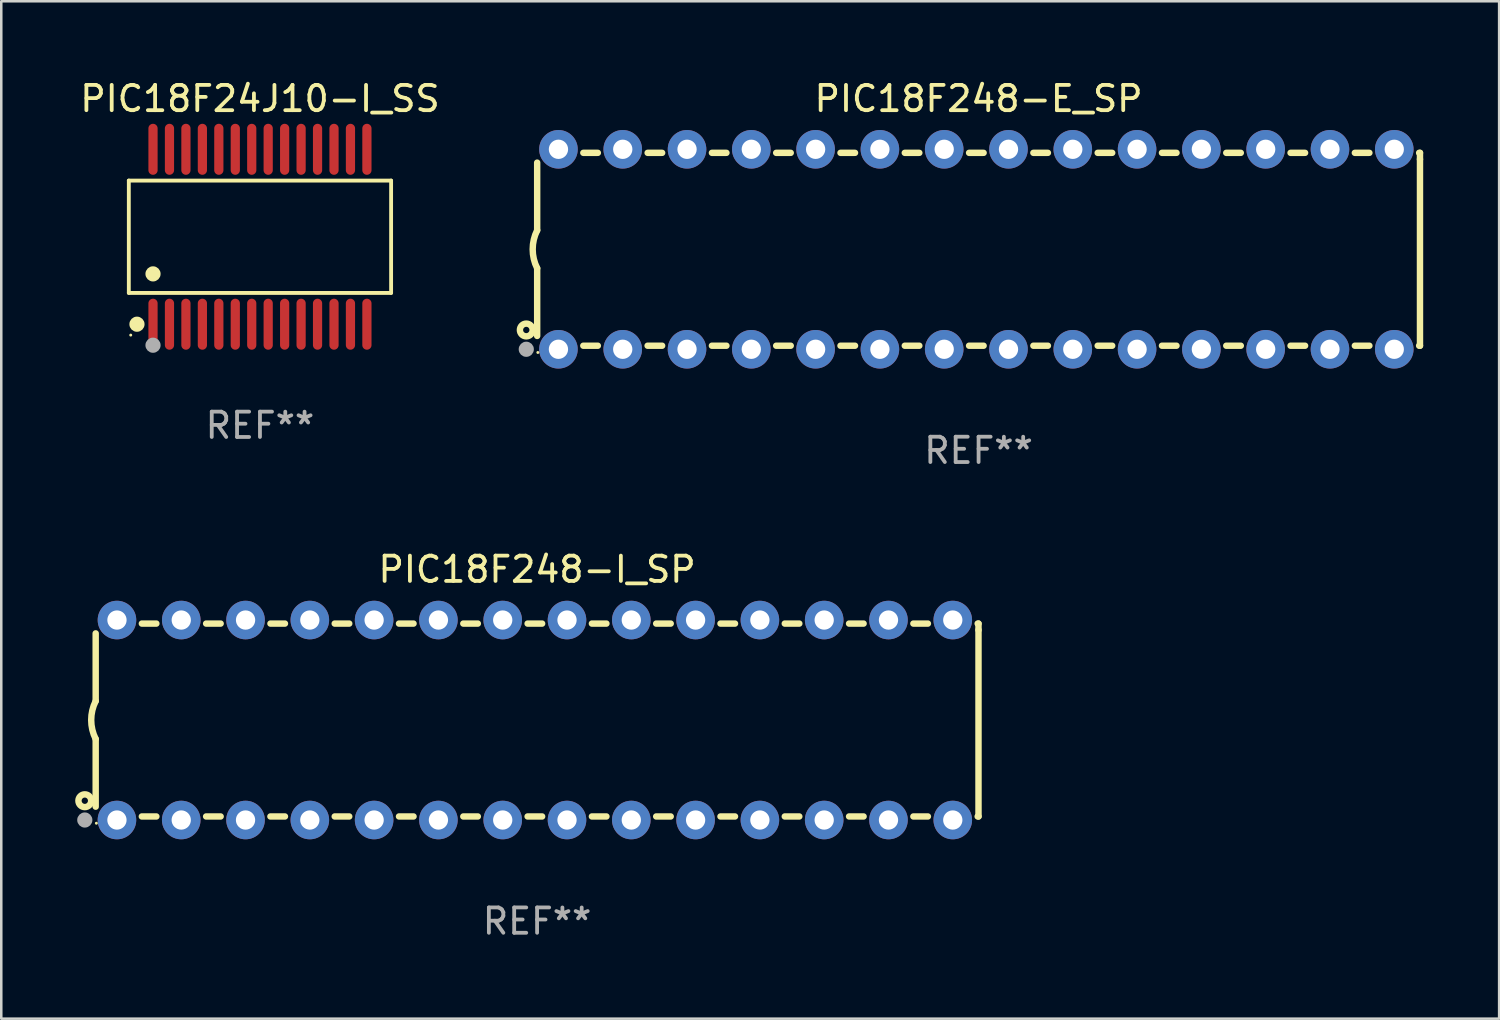
<source format=kicad_pcb>
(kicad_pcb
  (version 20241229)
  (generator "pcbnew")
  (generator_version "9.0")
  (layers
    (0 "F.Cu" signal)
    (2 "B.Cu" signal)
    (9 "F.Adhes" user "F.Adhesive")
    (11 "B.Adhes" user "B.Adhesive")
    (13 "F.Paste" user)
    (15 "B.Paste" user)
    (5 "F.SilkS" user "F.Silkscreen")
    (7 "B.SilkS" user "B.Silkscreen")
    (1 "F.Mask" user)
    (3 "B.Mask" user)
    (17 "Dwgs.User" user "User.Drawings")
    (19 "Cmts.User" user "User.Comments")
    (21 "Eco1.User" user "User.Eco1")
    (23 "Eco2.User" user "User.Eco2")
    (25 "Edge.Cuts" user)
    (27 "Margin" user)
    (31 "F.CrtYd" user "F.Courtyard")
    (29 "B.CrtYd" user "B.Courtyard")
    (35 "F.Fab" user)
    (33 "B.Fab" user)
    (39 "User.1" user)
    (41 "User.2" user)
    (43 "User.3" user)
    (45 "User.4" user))
  (footprint "PIC18F24J10-I_SS"
    (layer "F.Cu")
    (at 7.22 6.303)
    (property "Reference" "PIC18F24J10-I_SS" (at 0 -5.455 0) (layer "F.SilkS") (effects (font (size 1 1) (thickness 0.15))))
    (attr through_hole)
    (fp_line (start -5.181 -2.219) (end 5.181 -2.219) (stroke (width 0.152) (type solid)) (layer "F.SilkS"))
    (fp_line (start -5.181 2.219) (end -5.181 -2.219) (stroke (width 0.152) (type solid)) (layer "F.SilkS"))
    (fp_line (start 5.181 -2.219) (end 5.181 2.219) (stroke (width 0.152) (type solid)) (layer "F.SilkS"))
    (fp_line (start 5.181 2.219) (end -5.181 2.219) (stroke (width 0.152) (type solid)) (layer "F.SilkS"))
    (fp_circle (center -5.105 3.885) (end -5.075 3.885) (stroke (width 0.06) (type solid)) (fill no) (layer "F.SilkS"))
    (fp_circle (center -4.859 3.455) (end -4.709 3.455) (stroke (width 0.3) (type solid)) (fill no) (layer "F.SilkS"))
    (fp_circle (center -4.225 1.467) (end -4.075 1.467) (stroke (width 0.3) (type solid)) (fill no) (layer "F.SilkS"))
    (fp_circle (center -4.225 4.285) (end -4.075 4.285) (stroke (width 0.3) (type solid)) (fill no) (layer "F.Fab"))
    (fp_text user "REF**" (at 0 7.455 0) (layer "F.Fab") (effects (font (size 1 1) (thickness 0.15))))
    (pad "1" smd oval (at -4.225 3.455) (size 0.364 2.015) (layers "F.Cu" "F.Mask" "F.Paste"))
    (pad "2" smd oval (at -3.575 3.455) (size 0.364 2.015) (layers "F.Cu" "F.Mask" "F.Paste"))
    (pad "3" smd oval (at -2.925 3.455) (size 0.364 2.015) (layers "F.Cu" "F.Mask" "F.Paste"))
    (pad "4" smd oval (at -2.275 3.455) (size 0.364 2.015) (layers "F.Cu" "F.Mask" "F.Paste"))
    (pad "5" smd oval (at -1.625 3.455) (size 0.364 2.015) (layers "F.Cu" "F.Mask" "F.Paste"))
    (pad "6" smd oval (at -0.975 3.455) (size 0.364 2.015) (layers "F.Cu" "F.Mask" "F.Paste"))
    (pad "7" smd oval (at -0.325 3.455) (size 0.364 2.015) (layers "F.Cu" "F.Mask" "F.Paste"))
    (pad "8" smd oval (at 0.325 3.455) (size 0.364 2.015) (layers "F.Cu" "F.Mask" "F.Paste"))
    (pad "9" smd oval (at 0.975 3.455) (size 0.364 2.015) (layers "F.Cu" "F.Mask" "F.Paste"))
    (pad "10" smd oval (at 1.625 3.455) (size 0.364 2.015) (layers "F.Cu" "F.Mask" "F.Paste"))
    (pad "11" smd oval (at 2.275 3.455) (size 0.364 2.015) (layers "F.Cu" "F.Mask" "F.Paste"))
    (pad "12" smd oval (at 2.925 3.455) (size 0.364 2.015) (layers "F.Cu" "F.Mask" "F.Paste"))
    (pad "13" smd oval (at 3.575 3.455) (size 0.364 2.015) (layers "F.Cu" "F.Mask" "F.Paste"))
    (pad "14" smd oval (at 4.225 3.455) (size 0.364 2.015) (layers "F.Cu" "F.Mask" "F.Paste"))
    (pad "15" smd oval (at 4.225 -3.455) (size 0.364 2.015) (layers "F.Cu" "F.Mask" "F.Paste"))
    (pad "16" smd oval (at 3.575 -3.455) (size 0.364 2.015) (layers "F.Cu" "F.Mask" "F.Paste"))
    (pad "17" smd oval (at 2.925 -3.455) (size 0.364 2.015) (layers "F.Cu" "F.Mask" "F.Paste"))
    (pad "18" smd oval (at 2.275 -3.455) (size 0.364 2.015) (layers "F.Cu" "F.Mask" "F.Paste"))
    (pad "19" smd oval (at 1.625 -3.455) (size 0.364 2.015) (layers "F.Cu" "F.Mask" "F.Paste"))
    (pad "20" smd oval (at 0.975 -3.455) (size 0.364 2.015) (layers "F.Cu" "F.Mask" "F.Paste"))
    (pad "21" smd oval (at 0.325 -3.455) (size 0.364 2.015) (layers "F.Cu" "F.Mask" "F.Paste"))
    (pad "22" smd oval (at -0.325 -3.455) (size 0.364 2.015) (layers "F.Cu" "F.Mask" "F.Paste"))
    (pad "23" smd oval (at -0.975 -3.455) (size 0.364 2.015) (layers "F.Cu" "F.Mask" "F.Paste"))
    (pad "24" smd oval (at -1.625 -3.455) (size 0.364 2.015) (layers "F.Cu" "F.Mask" "F.Paste"))
    (pad "25" smd oval (at -2.275 -3.455) (size 0.364 2.015) (layers "F.Cu" "F.Mask" "F.Paste"))
    (pad "26" smd oval (at -2.925 -3.455) (size 0.364 2.015) (layers "F.Cu" "F.Mask" "F.Paste"))
    (pad "27" smd oval (at -3.575 -3.455) (size 0.364 2.015) (layers "F.Cu" "F.Mask" "F.Paste"))
    (pad "28" smd oval (at -4.225 -3.455) (size 0.364 2.015) (layers "F.Cu" "F.Mask" "F.Paste")))
  (footprint "PIC18F248-I_SP"
    (layer "F.Cu")
    (at 18.168 25.395)
    (property "Reference" "PIC18F248-I_SP" (at 0 -5.95 0) (layer "F.SilkS") (effects (font (size 1 1) (thickness 0.15))))
    (attr through_hole)
    (fp_line (start -17.438 0.75) (end -17.438 3.423) (stroke (width 0.254) (type solid)) (layer "F.SilkS"))
    (fp_line (start -17.438 -3.423) (end -17.438 -0.75) (stroke (width 0.254) (type solid)) (layer "F.SilkS"))
    (fp_line (start -15.615 3.81) (end -15.041 3.81) (stroke (width 0.254) (type solid)) (layer "F.SilkS"))
    (fp_line (start -15.041 -3.81) (end -15.614 -3.81) (stroke (width 0.254) (type solid)) (layer "F.SilkS"))
    (fp_line (start -13.075 3.81) (end -12.501 3.81) (stroke (width 0.254) (type solid)) (layer "F.SilkS"))
    (fp_line (start -12.501 -3.81) (end -13.074 -3.81) (stroke (width 0.254) (type solid)) (layer "F.SilkS"))
    (fp_line (start -10.535 3.81) (end -9.961 3.81) (stroke (width 0.254) (type solid)) (layer "F.SilkS"))
    (fp_line (start -9.961 -3.81) (end -10.534 -3.81) (stroke (width 0.254) (type solid)) (layer "F.SilkS"))
    (fp_line (start -7.995 3.81) (end -7.421 3.81) (stroke (width 0.254) (type solid)) (layer "F.SilkS"))
    (fp_line (start -7.421 -3.81) (end -7.995 -3.81) (stroke (width 0.254) (type solid)) (layer "F.SilkS"))
    (fp_line (start -5.455 3.81) (end -4.881 3.81) (stroke (width 0.254) (type solid)) (layer "F.SilkS"))
    (fp_line (start -4.881 -3.81) (end -5.455 -3.81) (stroke (width 0.254) (type solid)) (layer "F.SilkS"))
    (fp_line (start -2.915 3.81) (end -2.341 3.81) (stroke (width 0.254) (type solid)) (layer "F.SilkS"))
    (fp_line (start -2.341 -3.81) (end -2.915 -3.81) (stroke (width 0.254) (type solid)) (layer "F.SilkS"))
    (fp_line (start -0.375 3.81) (end 0.199 3.81) (stroke (width 0.254) (type solid)) (layer "F.SilkS"))
    (fp_line (start 0.199 -3.81) (end -0.375 -3.81) (stroke (width 0.254) (type solid)) (layer "F.SilkS"))
    (fp_line (start 2.165 3.81) (end 2.739 3.81) (stroke (width 0.254) (type solid)) (layer "F.SilkS"))
    (fp_line (start 2.739 -3.81) (end 2.165 -3.81) (stroke (width 0.254) (type solid)) (layer "F.SilkS"))
    (fp_line (start 4.705 3.81) (end 5.279 3.81) (stroke (width 0.254) (type solid)) (layer "F.SilkS"))
    (fp_line (start 5.279 -3.81) (end 4.705 -3.81) (stroke (width 0.254) (type solid)) (layer "F.SilkS"))
    (fp_line (start 7.245 3.81) (end 7.819 3.81) (stroke (width 0.254) (type solid)) (layer "F.SilkS"))
    (fp_line (start 7.819 -3.81) (end 7.245 -3.81) (stroke (width 0.254) (type solid)) (layer "F.SilkS"))
    (fp_line (start 9.785 3.81) (end 10.359 3.81) (stroke (width 0.254) (type solid)) (layer "F.SilkS"))
    (fp_line (start 10.359 -3.81) (end 9.785 -3.81) (stroke (width 0.254) (type solid)) (layer "F.SilkS"))
    (fp_line (start 12.325 3.81) (end 12.899 3.81) (stroke (width 0.254) (type solid)) (layer "F.SilkS"))
    (fp_line (start 12.899 -3.81) (end 12.325 -3.81) (stroke (width 0.254) (type solid)) (layer "F.SilkS"))
    (fp_line (start 14.865 3.81) (end 15.439 3.81) (stroke (width 0.254) (type solid)) (layer "F.SilkS"))
    (fp_line (start 15.439 -3.81) (end 14.865 -3.81) (stroke (width 0.254) (type solid)) (layer "F.SilkS"))
    (fp_line (start 17.405 3.81) (end 17.438 3.81) (stroke (width 0.254) (type solid)) (layer "F.SilkS"))
    (fp_line (start 17.438 -3.81) (end 17.405 -3.81) (stroke (width 0.254) (type solid)) (layer "F.SilkS"))
    (fp_line (start 17.438 -3.556) (end 17.438 -3.81) (stroke (width 0.254) (type solid)) (layer "F.SilkS"))
    (fp_line (start 17.438 3.81) (end 17.438 -3.556) (stroke (width 0.254) (type solid)) (layer "F.SilkS"))
    (fp_arc (start -17.437986 0.749657) (mid -17.614887 -0.000024) (end -17.437783 -0.749657) (stroke (width 0.254001) (type solid)) (layer "F.SilkS"))
    (fp_circle (center -17.868 3.188) (end -17.743 3.188) (stroke (width 0.254) (type solid)) (fill no) (layer "F.SilkS"))
    (fp_circle (center -17.411 4.077) (end -17.381 4.077) (stroke (width 0.06) (type solid)) (fill no) (layer "F.SilkS"))
    (fp_circle (center -17.868 3.95) (end -17.718 3.95) (stroke (width 0.3) (type solid)) (fill no) (layer "F.Fab"))
    (fp_text user "REF**" (at 0 7.95 0) (layer "F.Fab") (effects (font (size 1 1) (thickness 0.15))))
    (pad "1" thru_hole circle (at -16.598 3.95) (size 1.524 1.524) (drill 0.762) (layers "*.Cu" "*.Mask"))
    (pad "2" thru_hole circle (at -14.058 3.95) (size 1.524 1.524) (drill 0.762) (layers "*.Cu" "*.Mask"))
    (pad "3" thru_hole circle (at -11.518 3.95) (size 1.524 1.524) (drill 0.762) (layers "*.Cu" "*.Mask"))
    (pad "4" thru_hole circle (at -8.978 3.95) (size 1.524 1.524) (drill 0.762) (layers "*.Cu" "*.Mask"))
    (pad "5" thru_hole circle (at -6.438 3.95) (size 1.524 1.524) (drill 0.762) (layers "*.Cu" "*.Mask"))
    (pad "6" thru_hole circle (at -3.898 3.95) (size 1.524 1.524) (drill 0.762) (layers "*.Cu" "*.Mask"))
    (pad "7" thru_hole circle (at -1.358 3.95) (size 1.524 1.524) (drill 0.762) (layers "*.Cu" "*.Mask"))
    (pad "8" thru_hole circle (at 1.182 3.95) (size 1.524 1.524) (drill 0.762) (layers "*.Cu" "*.Mask"))
    (pad "9" thru_hole circle (at 3.722 3.95) (size 1.524 1.524) (drill 0.762) (layers "*.Cu" "*.Mask"))
    (pad "10" thru_hole circle (at 6.262 3.95) (size 1.524 1.524) (drill 0.762) (layers "*.Cu" "*.Mask"))
    (pad "11" thru_hole circle (at 8.802 3.95) (size 1.524 1.524) (drill 0.762) (layers "*.Cu" "*.Mask"))
    (pad "12" thru_hole circle (at 11.342 3.95) (size 1.524 1.524) (drill 0.762) (layers "*.Cu" "*.Mask"))
    (pad "13" thru_hole circle (at 13.882 3.95) (size 1.524 1.524) (drill 0.762) (layers "*.Cu" "*.Mask"))
    (pad "14" thru_hole circle (at 16.422 3.95) (size 1.524 1.524) (drill 0.762) (layers "*.Cu" "*.Mask"))
    (pad "15" thru_hole circle (at 16.422 -3.95) (size 1.524 1.524) (drill 0.762) (layers "*.Cu" "*.Mask"))
    (pad "16" thru_hole circle (at 13.882 -3.95) (size 1.524 1.524) (drill 0.762) (layers "*.Cu" "*.Mask"))
    (pad "17" thru_hole circle (at 11.342 -3.95) (size 1.524 1.524) (drill 0.762) (layers "*.Cu" "*.Mask"))
    (pad "18" thru_hole circle (at 8.802 -3.95) (size 1.524 1.524) (drill 0.762) (layers "*.Cu" "*.Mask"))
    (pad "19" thru_hole circle (at 6.262 -3.95) (size 1.524 1.524) (drill 0.762) (layers "*.Cu" "*.Mask"))
    (pad "20" thru_hole circle (at 3.722 -3.95) (size 1.524 1.524) (drill 0.762) (layers "*.Cu" "*.Mask"))
    (pad "21" thru_hole circle (at 1.182 -3.95) (size 1.524 1.524) (drill 0.762) (layers "*.Cu" "*.Mask"))
    (pad "22" thru_hole circle (at -1.358 -3.95) (size 1.524 1.524) (drill 0.762) (layers "*.Cu" "*.Mask"))
    (pad "23" thru_hole circle (at -3.898 -3.95) (size 1.524 1.524) (drill 0.762) (layers "*.Cu" "*.Mask"))
    (pad "24" thru_hole circle (at -6.438 -3.95) (size 1.524 1.524) (drill 0.762) (layers "*.Cu" "*.Mask"))
    (pad "25" thru_hole circle (at -8.978 -3.95) (size 1.524 1.524) (drill 0.762) (layers "*.Cu" "*.Mask"))
    (pad "26" thru_hole circle (at -11.517 -3.95) (size 1.524 1.524) (drill 0.762) (layers "*.Cu" "*.Mask"))
    (pad "27" thru_hole circle (at -14.057 -3.95) (size 1.524 1.524) (drill 0.762) (layers "*.Cu" "*.Mask"))
    (pad "28" thru_hole circle (at -16.597 -3.95) (size 1.524 1.524) (drill 0.762) (layers "*.Cu" "*.Mask")))
  (footprint "PIC18F248-E_SP"
    (layer "F.Cu")
    (at 35.609 6.798)
    (property "Reference" "PIC18F248-E_SP" (at 0 -5.95 0) (layer "F.SilkS") (effects (font (size 1 1) (thickness 0.15))))
    (attr through_hole)
    (fp_line (start -17.438 0.75) (end -17.438 3.423) (stroke (width 0.254) (type solid)) (layer "F.SilkS"))
    (fp_line (start -17.438 -3.423) (end -17.438 -0.75) (stroke (width 0.254) (type solid)) (layer "F.SilkS"))
    (fp_line (start -15.615 3.81) (end -15.041 3.81) (stroke (width 0.254) (type solid)) (layer "F.SilkS"))
    (fp_line (start -15.041 -3.81) (end -15.614 -3.81) (stroke (width 0.254) (type solid)) (layer "F.SilkS"))
    (fp_line (start -13.075 3.81) (end -12.501 3.81) (stroke (width 0.254) (type solid)) (layer "F.SilkS"))
    (fp_line (start -12.501 -3.81) (end -13.074 -3.81) (stroke (width 0.254) (type solid)) (layer "F.SilkS"))
    (fp_line (start -10.535 3.81) (end -9.961 3.81) (stroke (width 0.254) (type solid)) (layer "F.SilkS"))
    (fp_line (start -9.961 -3.81) (end -10.534 -3.81) (stroke (width 0.254) (type solid)) (layer "F.SilkS"))
    (fp_line (start -7.995 3.81) (end -7.421 3.81) (stroke (width 0.254) (type solid)) (layer "F.SilkS"))
    (fp_line (start -7.421 -3.81) (end -7.995 -3.81) (stroke (width 0.254) (type solid)) (layer "F.SilkS"))
    (fp_line (start -5.455 3.81) (end -4.881 3.81) (stroke (width 0.254) (type solid)) (layer "F.SilkS"))
    (fp_line (start -4.881 -3.81) (end -5.455 -3.81) (stroke (width 0.254) (type solid)) (layer "F.SilkS"))
    (fp_line (start -2.915 3.81) (end -2.341 3.81) (stroke (width 0.254) (type solid)) (layer "F.SilkS"))
    (fp_line (start -2.341 -3.81) (end -2.915 -3.81) (stroke (width 0.254) (type solid)) (layer "F.SilkS"))
    (fp_line (start -0.375 3.81) (end 0.199 3.81) (stroke (width 0.254) (type solid)) (layer "F.SilkS"))
    (fp_line (start 0.199 -3.81) (end -0.375 -3.81) (stroke (width 0.254) (type solid)) (layer "F.SilkS"))
    (fp_line (start 2.165 3.81) (end 2.739 3.81) (stroke (width 0.254) (type solid)) (layer "F.SilkS"))
    (fp_line (start 2.739 -3.81) (end 2.165 -3.81) (stroke (width 0.254) (type solid)) (layer "F.SilkS"))
    (fp_line (start 4.705 3.81) (end 5.279 3.81) (stroke (width 0.254) (type solid)) (layer "F.SilkS"))
    (fp_line (start 5.279 -3.81) (end 4.705 -3.81) (stroke (width 0.254) (type solid)) (layer "F.SilkS"))
    (fp_line (start 7.245 3.81) (end 7.819 3.81) (stroke (width 0.254) (type solid)) (layer "F.SilkS"))
    (fp_line (start 7.819 -3.81) (end 7.245 -3.81) (stroke (width 0.254) (type solid)) (layer "F.SilkS"))
    (fp_line (start 9.785 3.81) (end 10.359 3.81) (stroke (width 0.254) (type solid)) (layer "F.SilkS"))
    (fp_line (start 10.359 -3.81) (end 9.785 -3.81) (stroke (width 0.254) (type solid)) (layer "F.SilkS"))
    (fp_line (start 12.325 3.81) (end 12.899 3.81) (stroke (width 0.254) (type solid)) (layer "F.SilkS"))
    (fp_line (start 12.899 -3.81) (end 12.325 -3.81) (stroke (width 0.254) (type solid)) (layer "F.SilkS"))
    (fp_line (start 14.865 3.81) (end 15.439 3.81) (stroke (width 0.254) (type solid)) (layer "F.SilkS"))
    (fp_line (start 15.439 -3.81) (end 14.865 -3.81) (stroke (width 0.254) (type solid)) (layer "F.SilkS"))
    (fp_line (start 17.405 3.81) (end 17.438 3.81) (stroke (width 0.254) (type solid)) (layer "F.SilkS"))
    (fp_line (start 17.438 -3.81) (end 17.405 -3.81) (stroke (width 0.254) (type solid)) (layer "F.SilkS"))
    (fp_line (start 17.438 -3.556) (end 17.438 -3.81) (stroke (width 0.254) (type solid)) (layer "F.SilkS"))
    (fp_line (start 17.438 3.81) (end 17.438 -3.556) (stroke (width 0.254) (type solid)) (layer "F.SilkS"))
    (fp_arc (start -17.437986 0.749657) (mid -17.614887 -0.000024) (end -17.437783 -0.749657) (stroke (width 0.254001) (type solid)) (layer "F.SilkS"))
    (fp_circle (center -17.868 3.188) (end -17.743 3.188) (stroke (width 0.254) (type solid)) (fill no) (layer "F.SilkS"))
    (fp_circle (center -17.411 4.077) (end -17.381 4.077) (stroke (width 0.06) (type solid)) (fill no) (layer "F.SilkS"))
    (fp_circle (center -17.868 3.95) (end -17.718 3.95) (stroke (width 0.3) (type solid)) (fill no) (layer "F.Fab"))
    (fp_text user "REF**" (at 0 7.95 0) (layer "F.Fab") (effects (font (size 1 1) (thickness 0.15))))
    (pad "1" thru_hole circle (at -16.598 3.95) (size 1.524 1.524) (drill 0.762) (layers "*.Cu" "*.Mask"))
    (pad "2" thru_hole circle (at -14.058 3.95) (size 1.524 1.524) (drill 0.762) (layers "*.Cu" "*.Mask"))
    (pad "3" thru_hole circle (at -11.518 3.95) (size 1.524 1.524) (drill 0.762) (layers "*.Cu" "*.Mask"))
    (pad "4" thru_hole circle (at -8.978 3.95) (size 1.524 1.524) (drill 0.762) (layers "*.Cu" "*.Mask"))
    (pad "5" thru_hole circle (at -6.438 3.95) (size 1.524 1.524) (drill 0.762) (layers "*.Cu" "*.Mask"))
    (pad "6" thru_hole circle (at -3.898 3.95) (size 1.524 1.524) (drill 0.762) (layers "*.Cu" "*.Mask"))
    (pad "7" thru_hole circle (at -1.358 3.95) (size 1.524 1.524) (drill 0.762) (layers "*.Cu" "*.Mask"))
    (pad "8" thru_hole circle (at 1.182 3.95) (size 1.524 1.524) (drill 0.762) (layers "*.Cu" "*.Mask"))
    (pad "9" thru_hole circle (at 3.722 3.95) (size 1.524 1.524) (drill 0.762) (layers "*.Cu" "*.Mask"))
    (pad "10" thru_hole circle (at 6.262 3.95) (size 1.524 1.524) (drill 0.762) (layers "*.Cu" "*.Mask"))
    (pad "11" thru_hole circle (at 8.802 3.95) (size 1.524 1.524) (drill 0.762) (layers "*.Cu" "*.Mask"))
    (pad "12" thru_hole circle (at 11.342 3.95) (size 1.524 1.524) (drill 0.762) (layers "*.Cu" "*.Mask"))
    (pad "13" thru_hole circle (at 13.882 3.95) (size 1.524 1.524) (drill 0.762) (layers "*.Cu" "*.Mask"))
    (pad "14" thru_hole circle (at 16.422 3.95) (size 1.524 1.524) (drill 0.762) (layers "*.Cu" "*.Mask"))
    (pad "15" thru_hole circle (at 16.422 -3.95) (size 1.524 1.524) (drill 0.762) (layers "*.Cu" "*.Mask"))
    (pad "16" thru_hole circle (at 13.882 -3.95) (size 1.524 1.524) (drill 0.762) (layers "*.Cu" "*.Mask"))
    (pad "17" thru_hole circle (at 11.342 -3.95) (size 1.524 1.524) (drill 0.762) (layers "*.Cu" "*.Mask"))
    (pad "18" thru_hole circle (at 8.802 -3.95) (size 1.524 1.524) (drill 0.762) (layers "*.Cu" "*.Mask"))
    (pad "19" thru_hole circle (at 6.262 -3.95) (size 1.524 1.524) (drill 0.762) (layers "*.Cu" "*.Mask"))
    (pad "20" thru_hole circle (at 3.722 -3.95) (size 1.524 1.524) (drill 0.762) (layers "*.Cu" "*.Mask"))
    (pad "21" thru_hole circle (at 1.182 -3.95) (size 1.524 1.524) (drill 0.762) (layers "*.Cu" "*.Mask"))
    (pad "22" thru_hole circle (at -1.358 -3.95) (size 1.524 1.524) (drill 0.762) (layers "*.Cu" "*.Mask"))
    (pad "23" thru_hole circle (at -3.898 -3.95) (size 1.524 1.524) (drill 0.762) (layers "*.Cu" "*.Mask"))
    (pad "24" thru_hole circle (at -6.438 -3.95) (size 1.524 1.524) (drill 0.762) (layers "*.Cu" "*.Mask"))
    (pad "25" thru_hole circle (at -8.978 -3.95) (size 1.524 1.524) (drill 0.762) (layers "*.Cu" "*.Mask"))
    (pad "26" thru_hole circle (at -11.517 -3.95) (size 1.524 1.524) (drill 0.762) (layers "*.Cu" "*.Mask"))
    (pad "27" thru_hole circle (at -14.057 -3.95) (size 1.524 1.524) (drill 0.762) (layers "*.Cu" "*.Mask"))
    (pad "28" thru_hole circle (at -16.597 -3.95) (size 1.524 1.524) (drill 0.762) (layers "*.Cu" "*.Mask")))
  (gr_rect
    (start -3 -3)
    (end 56.174 37.193)
    (stroke (width 0.1) (type default))
    (fill no)
    (layer "Edge.Cuts")))
</source>
